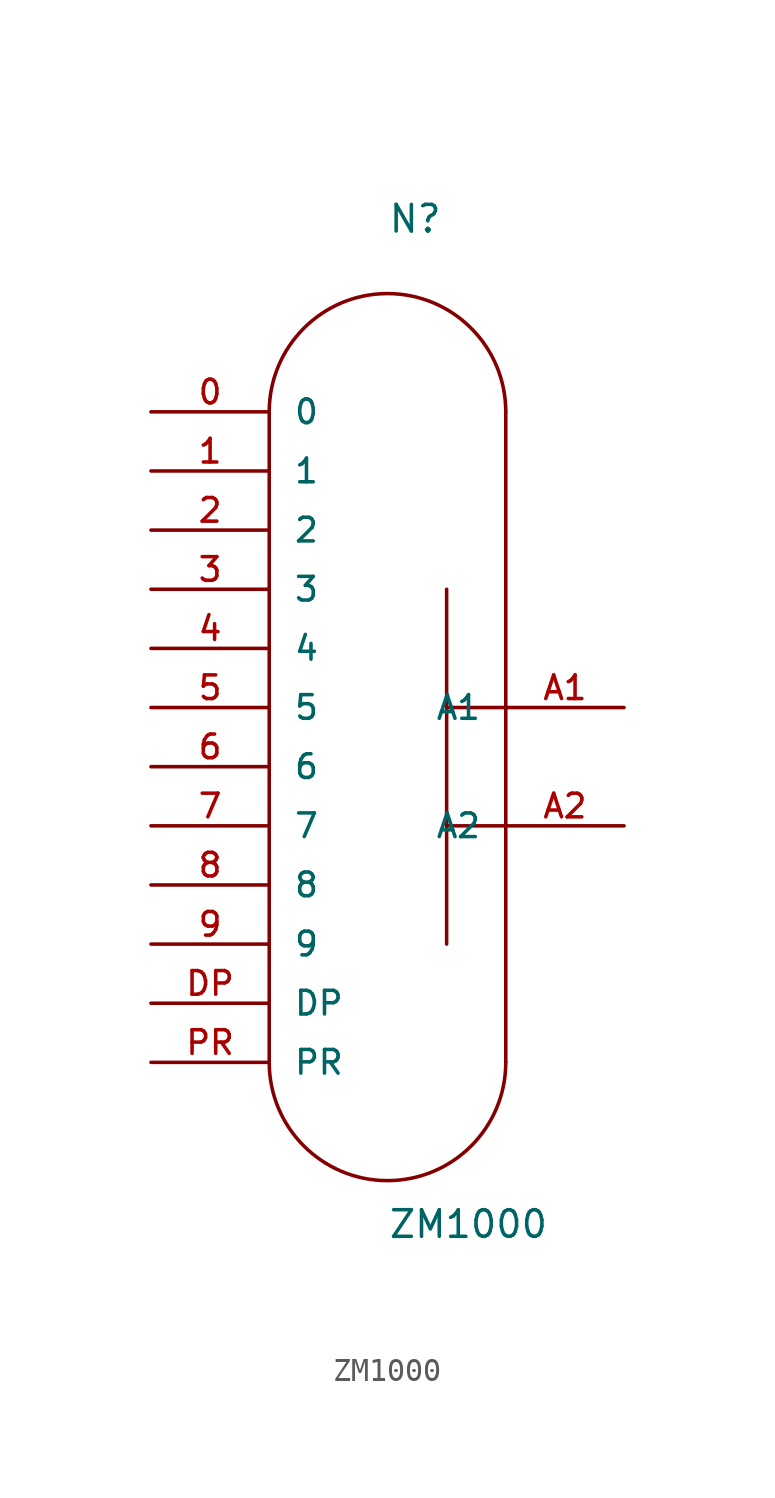
<source format=kicad_sym>
(kicad_symbol_lib
  (version 20211014)
  (generator kicad_symbol_editor)
  (symbol "ZM1000"
    (pin_names
      (offset 1.016))
    (property "Reference" "N"
      (at 0 22.86 0)
      (effects (font (size 1.143 1.143)) (justify left bottom)))
    (property "Value" "ZM1000"
      (at 0 -20.32 0)
      (effects (font (size 1.143 1.143)) (justify left bottom)))
    (property "ki_locked" ""
      (at 0 0 0)
      (effects (font (size 1.27 1.27))))
    (symbol "ZM1000_1_0"
      (polyline (pts (xy -5.08 15.24) (xy -5.08 -12.7)) (stroke (width 0) (type default) (color 0 0 0 0)) (fill (type none)))
      (polyline (pts (xy 2.54 -2.54) (xy 2.54 -7.62)) (stroke (width 0) (type default) (color 0 0 0 0)) (fill (type none)))
      (polyline (pts (xy 2.54 2.54) (xy 2.54 -2.54)) (stroke (width 0) (type default) (color 0 0 0 0)) (fill (type none)))
      (polyline (pts (xy 2.54 2.54) (xy 5.08 2.54)) (stroke (width 0) (type default) (color 0 0 0 0)) (fill (type none)))
      (polyline (pts (xy 2.54 7.62) (xy 2.54 2.54)) (stroke (width 0) (type default) (color 0 0 0 0)) (fill (type none)))
      (polyline (pts (xy 5.08 -2.54) (xy 2.54 -2.54)) (stroke (width 0) (type default) (color 0 0 0 0)) (fill (type none)))
      (polyline (pts (xy 5.08 -2.54) (xy 5.08 -12.7)) (stroke (width 0) (type default) (color 0 0 0 0)) (fill (type none)))
      (polyline (pts (xy 5.08 2.54) (xy 5.08 -2.54)) (stroke (width 0) (type default) (color 0 0 0 0)) (fill (type none)))
      (polyline (pts (xy 5.08 15.24) (xy 5.08 2.54)) (stroke (width 0) (type default) (color 0 0 0 0)) (fill (type none))))
    (symbol "ZM1000_1_1"
      (arc (start -5.08 -12.7) (mid 0 -17.78) (end 5.08 -12.7) (stroke (width 0) (type default) (color 0 0 0 0)) (fill (type none)))
      (arc (start 5.08 15.24) (mid 0 20.32) (end -5.08 15.24) (stroke (width 0) (type default) (color 0 0 0 0)) (fill (type none)))
      (pin passive line (at -10.16 15.24 0) (length 5.08) (name "0" (effects (font (size 1.016 1.016)))) (number "0" (effects (font (size 1.016 1.016)))))
      (pin passive line (at -10.16 12.7 0) (length 5.08) (name "1" (effects (font (size 1.016 1.016)))) (number "1" (effects (font (size 1.016 1.016)))))
      (pin passive line (at -10.16 10.16 0) (length 5.08) (name "2" (effects (font (size 1.016 1.016)))) (number "2" (effects (font (size 1.016 1.016)))))
      (pin passive line (at -10.16 7.62 0) (length 5.08) (name "3" (effects (font (size 1.016 1.016)))) (number "3" (effects (font (size 1.016 1.016)))))
      (pin passive line (at -10.16 5.08 0) (length 5.08) (name "4" (effects (font (size 1.016 1.016)))) (number "4" (effects (font (size 1.016 1.016)))))
      (pin passive line (at -10.16 2.54 0) (length 5.08) (name "5" (effects (font (size 1.016 1.016)))) (number "5" (effects (font (size 1.016 1.016)))))
      (pin passive line (at -10.16 0 0) (length 5.08) (name "6" (effects (font (size 1.016 1.016)))) (number "6" (effects (font (size 1.016 1.016)))))
      (pin passive line (at -10.16 -2.54 0) (length 5.08) (name "7" (effects (font (size 1.016 1.016)))) (number "7" (effects (font (size 1.016 1.016)))))
      (pin passive line (at -10.16 -5.08 0) (length 5.08) (name "8" (effects (font (size 1.016 1.016)))) (number "8" (effects (font (size 1.016 1.016)))))
      (pin passive line (at -10.16 -7.62 0) (length 5.08) (name "9" (effects (font (size 1.016 1.016)))) (number "9" (effects (font (size 1.016 1.016)))))
      (pin passive line (at 10.16 2.54 180) (length 5.08) (name "A1" (effects (font (size 1.016 1.016)))) (number "A1" (effects (font (size 1.016 1.016)))))
      (pin passive line (at 10.16 -2.54 180) (length 5.08) (name "A2" (effects (font (size 1.016 1.016)))) (number "A2" (effects (font (size 1.016 1.016)))))
      (pin passive line (at -10.16 -10.16 0) (length 5.08) (name "DP" (effects (font (size 1.016 1.016)))) (number "DP" (effects (font (size 1.016 1.016)))))
      (pin passive line (at -10.16 -12.7 0) (length 5.08) (name "PR" (effects (font (size 1.016 1.016)))) (number "PR" (effects (font (size 1.016 1.016))))))))
</source>
